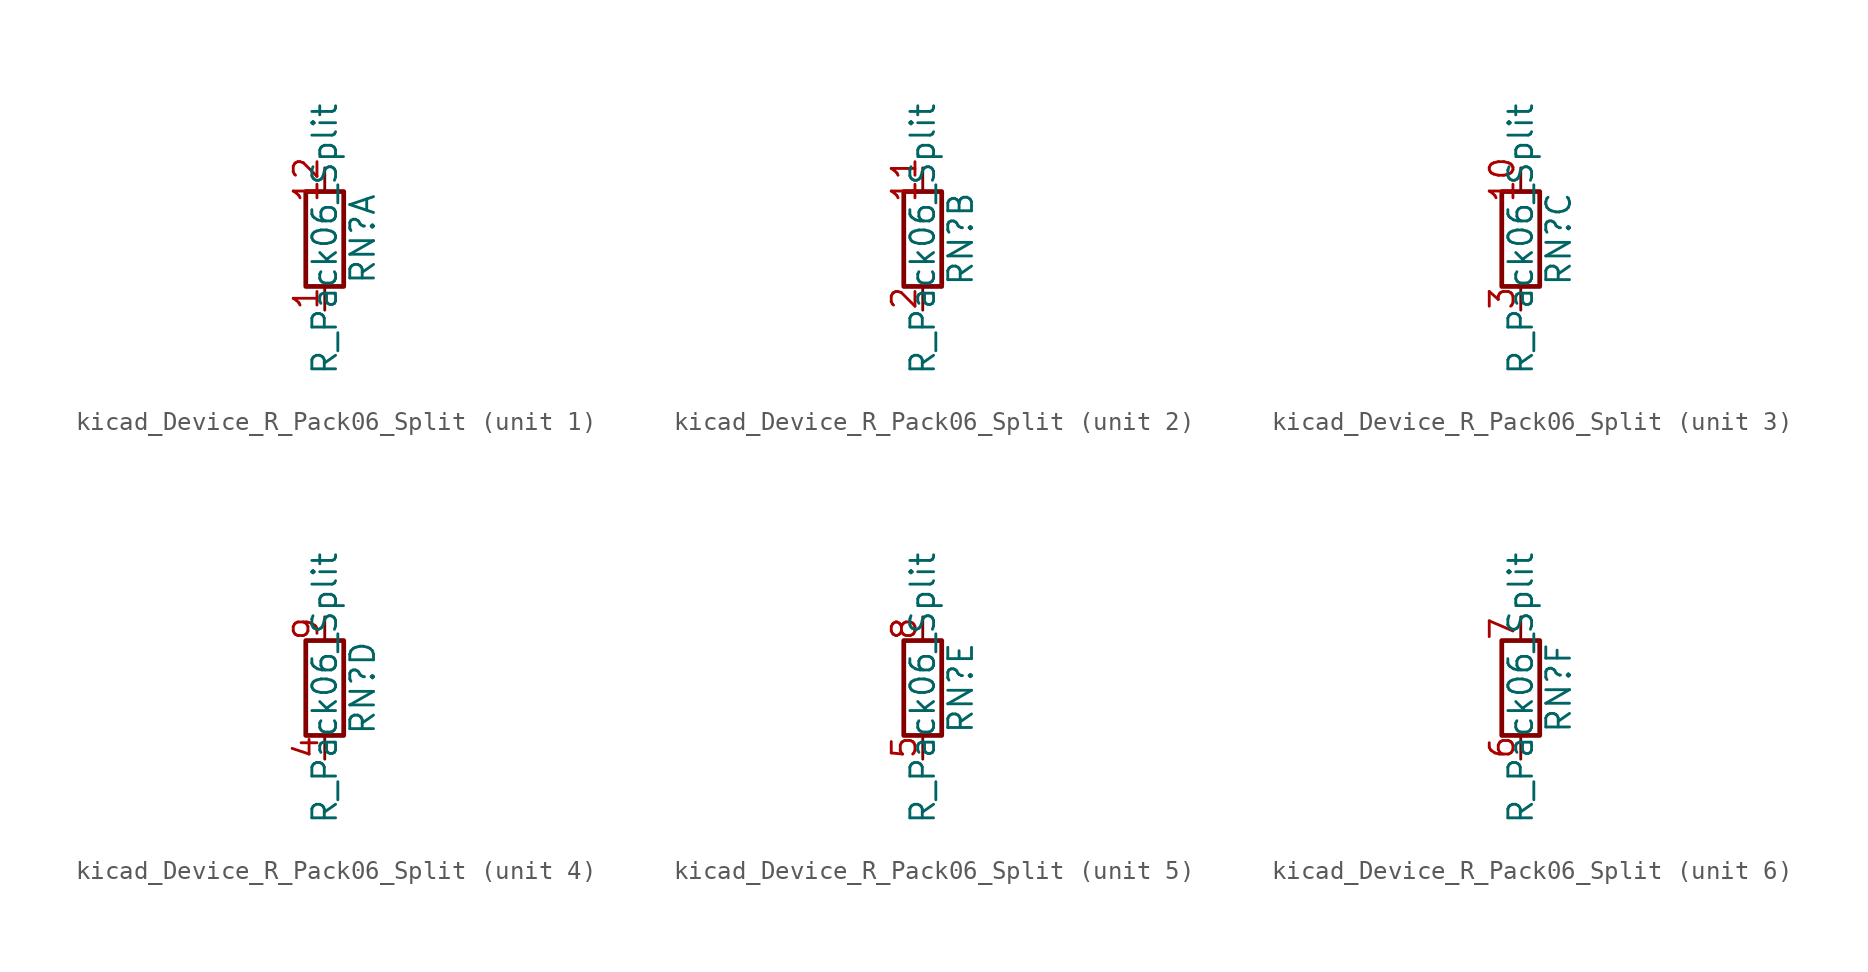
<source format=kicad_sym>
(kicad_symbol_lib
  (version 20220914)
  (generator kicad_symbol_editor)
  (symbol "kicad_Device_R_Pack06_Split"
    (pin_names
      (offset 0) hide)
    (property "Reference" "RN"
      (at 2.032 0 90)
      (effects (font (size 1.27 1.27))))
    (property "Value" "R_Pack06_Split"
      (at 0 0 90)
      (effects (font (size 1.27 1.27))))
    (symbol "kicad_Device_R_Pack06_Split_0_1"
      (rectangle (start 1.016 2.54) (end -1.016 -2.54) (stroke (width 0.254) (type default)) (fill (type none))))
    (symbol "kicad_Device_R_Pack06_Split_1_1"
      (pin passive line (at 0 -3.81 90) (length 1.27) (name "R1.1" (effects (font (size 1.27 1.27)))) (number "1" (effects (font (size 1.27 1.27)))))
      (pin passive line (at 0 3.81 270) (length 1.27) (name "R1.2" (effects (font (size 1.27 1.27)))) (number "12" (effects (font (size 1.27 1.27))))))
    (symbol "kicad_Device_R_Pack06_Split_2_1"
      (pin passive line (at 0 3.81 270) (length 1.27) (name "R2.2" (effects (font (size 1.27 1.27)))) (number "11" (effects (font (size 1.27 1.27)))))
      (pin passive line (at 0 -3.81 90) (length 1.27) (name "R2.1" (effects (font (size 1.27 1.27)))) (number "2" (effects (font (size 1.27 1.27))))))
    (symbol "kicad_Device_R_Pack06_Split_3_1"
      (pin passive line (at 0 3.81 270) (length 1.27) (name "R3.2" (effects (font (size 1.27 1.27)))) (number "10" (effects (font (size 1.27 1.27)))))
      (pin passive line (at 0 -3.81 90) (length 1.27) (name "R3.1" (effects (font (size 1.27 1.27)))) (number "3" (effects (font (size 1.27 1.27))))))
    (symbol "kicad_Device_R_Pack06_Split_4_1"
      (pin passive line (at 0 -3.81 90) (length 1.27) (name "R4.1" (effects (font (size 1.27 1.27)))) (number "4" (effects (font (size 1.27 1.27)))))
      (pin passive line (at 0 3.81 270) (length 1.27) (name "R4.2" (effects (font (size 1.27 1.27)))) (number "9" (effects (font (size 1.27 1.27))))))
    (symbol "kicad_Device_R_Pack06_Split_5_1"
      (pin passive line (at 0 -3.81 90) (length 1.27) (name "R5.1" (effects (font (size 1.27 1.27)))) (number "5" (effects (font (size 1.27 1.27)))))
      (pin passive line (at 0 3.81 270) (length 1.27) (name "R5.2" (effects (font (size 1.27 1.27)))) (number "8" (effects (font (size 1.27 1.27))))))
    (symbol "kicad_Device_R_Pack06_Split_6_1"
      (pin passive line (at 0 -3.81 90) (length 1.27) (name "R6.1" (effects (font (size 1.27 1.27)))) (number "6" (effects (font (size 1.27 1.27)))))
      (pin passive line (at 0 3.81 270) (length 1.27) (name "R6.2" (effects (font (size 1.27 1.27)))) (number "7" (effects (font (size 1.27 1.27))))))))
</source>
